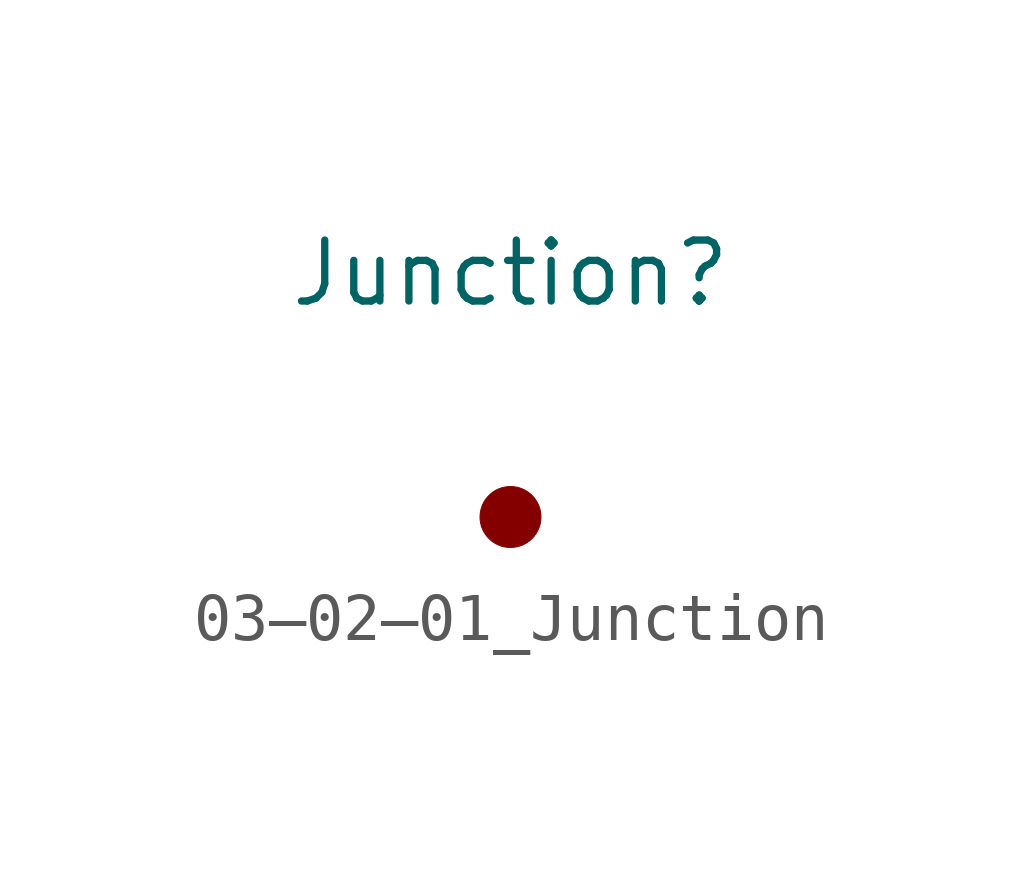
<source format=kicad_sym>
(kicad_symbol_lib
  (version 20201005)
  (generator kicad_symbol_editor)
  (symbol "Symbol_IEC_60617-3:03–02–01_Junction"
    (pin_numbers hide)
    (pin_names
      (offset 0) hide)
    (property "Reference" "Junction"
      (at 0 5.08 0)
      (effects (font (size 1.27 1.27))))
    (symbol "03–02–01_Junction_0_1"
      (circle (center 0 0) (radius 0.635) (stroke (width 0.001)) (fill (type outline))))
    (symbol "03–02–01_Junction_1_1"
      (pin passive line (at 0 0 0) (length 0) (name "Terminal" (effects (font (size 1.27 1.27)))) (number "1" (effects (font (size 1.27 1.27))))))))
</source>
